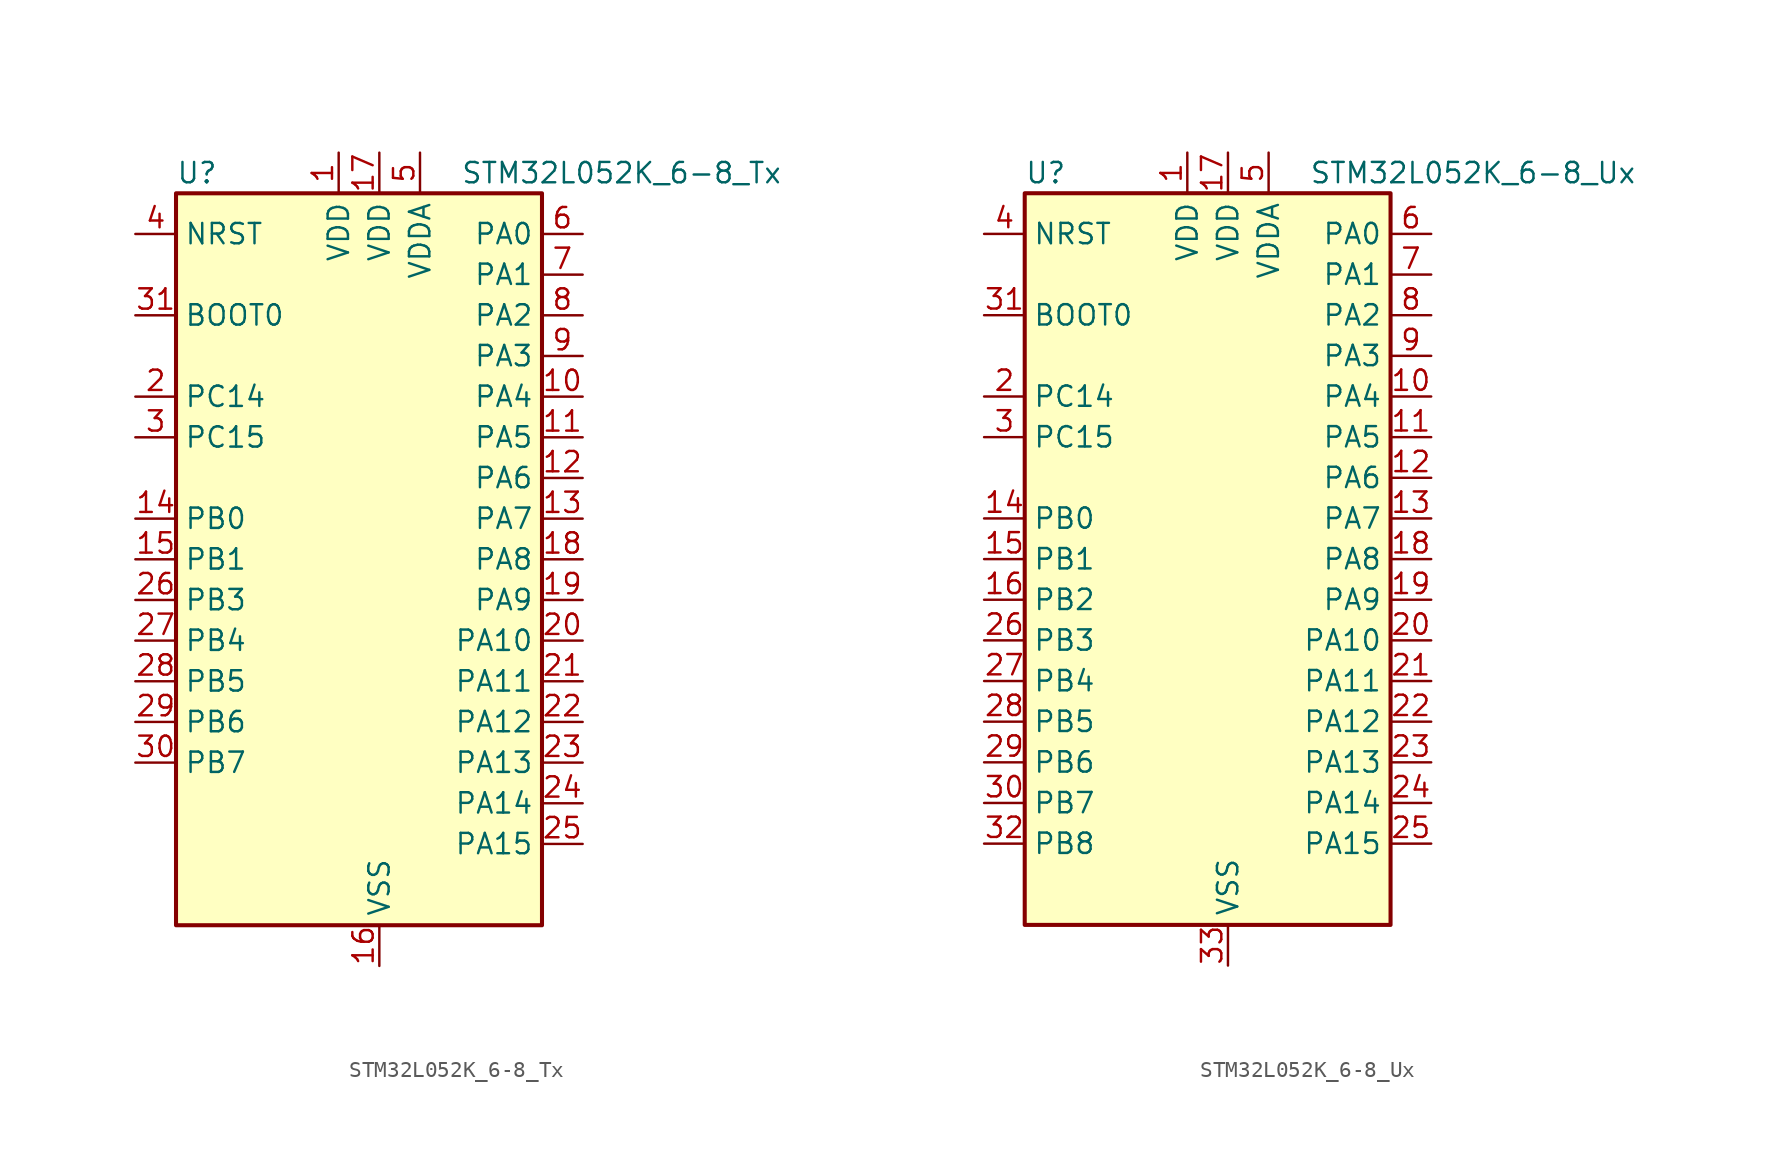
<source format=kicad_sym>
(kicad_symbol_lib
  (version 20220914)
  (generator kicad_symbol_editor)
  (symbol "STM32L052K_6-8_Tx"
    (property "Reference" "U"
      (at -10.16 24.13 0)
      (effects (font (size 1.27 1.27)) (justify left)))
    (property "Value" "STM32L052K_6-8_Tx"
      (at 7.62 24.13 0)
      (effects (font (size 1.27 1.27)) (justify left)))
    (property "ki_locked" ""
      (at 0 0 0)
      (effects (font (size 1.27 1.27))))
    (symbol "STM32L052K_6-8_Tx_0_1"
      (rectangle (start -10.16 -22.86) (end 12.7 22.86) (stroke (width 0.254) (type default)) (fill (type background))))
    (symbol "STM32L052K_6-8_Tx_1_1"
      (pin power_in line (at 0 25.4 270) (length 2.54) (name "VDD" (effects (font (size 1.27 1.27)))) (number "1" (effects (font (size 1.27 1.27)))))
      (pin bidirectional line (at 15.24 10.16 180) (length 2.54) (name "PA4" (effects (font (size 1.27 1.27)))) (number "10" (effects (font (size 1.27 1.27)))) (alternate "ADC_IN4" bidirectional line) (alternate "COMP1_INM" bidirectional line) (alternate "COMP2_INM" bidirectional line) (alternate "DAC_OUT1" bidirectional line) (alternate "SPI1_NSS" bidirectional line) (alternate "TIM22_ETR" bidirectional line) (alternate "TSC_G2_IO1" bidirectional line) (alternate "USART2_CK" bidirectional line))
      (pin bidirectional line (at 15.24 7.62 180) (length 2.54) (name "PA5" (effects (font (size 1.27 1.27)))) (number "11" (effects (font (size 1.27 1.27)))) (alternate "ADC_IN5" bidirectional line) (alternate "COMP1_INM" bidirectional line) (alternate "COMP2_INM" bidirectional line) (alternate "SPI1_SCK" bidirectional line) (alternate "TIM2_CH1" bidirectional line) (alternate "TIM2_ETR" bidirectional line) (alternate "TSC_G2_IO2" bidirectional line))
      (pin bidirectional line (at 15.24 5.08 180) (length 2.54) (name "PA6" (effects (font (size 1.27 1.27)))) (number "12" (effects (font (size 1.27 1.27)))) (alternate "ADC_IN6" bidirectional line) (alternate "COMP1_OUT" bidirectional line) (alternate "SPI1_MISO" bidirectional line) (alternate "TIM22_CH1" bidirectional line) (alternate "TSC_G2_IO3" bidirectional line))
      (pin bidirectional line (at 15.24 2.54 180) (length 2.54) (name "PA7" (effects (font (size 1.27 1.27)))) (number "13" (effects (font (size 1.27 1.27)))) (alternate "ADC_IN7" bidirectional line) (alternate "COMP2_OUT" bidirectional line) (alternate "SPI1_MOSI" bidirectional line) (alternate "TIM22_CH2" bidirectional line) (alternate "TSC_G2_IO4" bidirectional line))
      (pin bidirectional line (at -12.7 2.54 0) (length 2.54) (name "PB0" (effects (font (size 1.27 1.27)))) (number "14" (effects (font (size 1.27 1.27)))) (alternate "ADC_IN8" bidirectional line) (alternate "SYS_VREF_OUT_PB0" bidirectional line) (alternate "TSC_G3_IO2" bidirectional line))
      (pin bidirectional line (at -12.7 0 0) (length 2.54) (name "PB1" (effects (font (size 1.27 1.27)))) (number "15" (effects (font (size 1.27 1.27)))) (alternate "ADC_IN9" bidirectional line) (alternate "SYS_VREF_OUT_PB1" bidirectional line) (alternate "TSC_G3_IO3" bidirectional line))
      (pin power_in line (at 2.54 -25.4 90) (length 2.54) (name "VSS" (effects (font (size 1.27 1.27)))) (number "16" (effects (font (size 1.27 1.27)))))
      (pin power_in line (at 2.54 25.4 270) (length 2.54) (name "VDD" (effects (font (size 1.27 1.27)))) (number "17" (effects (font (size 1.27 1.27)))))
      (pin bidirectional line (at 15.24 0 180) (length 2.54) (name "PA8" (effects (font (size 1.27 1.27)))) (number "18" (effects (font (size 1.27 1.27)))) (alternate "CRS_SYNC" bidirectional line) (alternate "RCC_MCO" bidirectional line) (alternate "USART1_CK" bidirectional line))
      (pin bidirectional line (at 15.24 -2.54 180) (length 2.54) (name "PA9" (effects (font (size 1.27 1.27)))) (number "19" (effects (font (size 1.27 1.27)))) (alternate "DAC_EXTI9" bidirectional line) (alternate "RCC_MCO" bidirectional line) (alternate "TSC_G4_IO1" bidirectional line) (alternate "USART1_TX" bidirectional line))
      (pin bidirectional line (at -12.7 10.16 0) (length 2.54) (name "PC14" (effects (font (size 1.27 1.27)))) (number "2" (effects (font (size 1.27 1.27)))) (alternate "RCC_OSC32_IN" bidirectional line))
      (pin bidirectional line (at 15.24 -5.08 180) (length 2.54) (name "PA10" (effects (font (size 1.27 1.27)))) (number "20" (effects (font (size 1.27 1.27)))) (alternate "TSC_G4_IO2" bidirectional line) (alternate "USART1_RX" bidirectional line))
      (pin bidirectional line (at 15.24 -7.62 180) (length 2.54) (name "PA11" (effects (font (size 1.27 1.27)))) (number "21" (effects (font (size 1.27 1.27)))) (alternate "ADC_EXTI11" bidirectional line) (alternate "COMP1_OUT" bidirectional line) (alternate "SPI1_MISO" bidirectional line) (alternate "TSC_G4_IO3" bidirectional line) (alternate "USART1_CTS" bidirectional line) (alternate "USB_DM" bidirectional line))
      (pin bidirectional line (at 15.24 -10.16 180) (length 2.54) (name "PA12" (effects (font (size 1.27 1.27)))) (number "22" (effects (font (size 1.27 1.27)))) (alternate "COMP2_OUT" bidirectional line) (alternate "SPI1_MOSI" bidirectional line) (alternate "TSC_G4_IO4" bidirectional line) (alternate "USART1_DE" bidirectional line) (alternate "USART1_RTS" bidirectional line) (alternate "USB_DP" bidirectional line))
      (pin bidirectional line (at 15.24 -12.7 180) (length 2.54) (name "PA13" (effects (font (size 1.27 1.27)))) (number "23" (effects (font (size 1.27 1.27)))) (alternate "SYS_SWDIO" bidirectional line) (alternate "USB_NOE" bidirectional line))
      (pin bidirectional line (at 15.24 -15.24 180) (length 2.54) (name "PA14" (effects (font (size 1.27 1.27)))) (number "24" (effects (font (size 1.27 1.27)))) (alternate "SYS_SWCLK" bidirectional line) (alternate "USART2_TX" bidirectional line))
      (pin bidirectional line (at 15.24 -17.78 180) (length 2.54) (name "PA15" (effects (font (size 1.27 1.27)))) (number "25" (effects (font (size 1.27 1.27)))) (alternate "SPI1_NSS" bidirectional line) (alternate "TIM2_CH1" bidirectional line) (alternate "TIM2_ETR" bidirectional line) (alternate "USART2_RX" bidirectional line))
      (pin bidirectional line (at -12.7 -2.54 0) (length 2.54) (name "PB3" (effects (font (size 1.27 1.27)))) (number "26" (effects (font (size 1.27 1.27)))) (alternate "COMP2_INM" bidirectional line) (alternate "SPI1_SCK" bidirectional line) (alternate "TIM2_CH2" bidirectional line) (alternate "TSC_G5_IO1" bidirectional line))
      (pin bidirectional line (at -12.7 -5.08 0) (length 2.54) (name "PB4" (effects (font (size 1.27 1.27)))) (number "27" (effects (font (size 1.27 1.27)))) (alternate "COMP2_INP" bidirectional line) (alternate "SPI1_MISO" bidirectional line) (alternate "TIM22_CH1" bidirectional line) (alternate "TSC_G5_IO2" bidirectional line))
      (pin bidirectional line (at -12.7 -7.62 0) (length 2.54) (name "PB5" (effects (font (size 1.27 1.27)))) (number "28" (effects (font (size 1.27 1.27)))) (alternate "COMP2_INP" bidirectional line) (alternate "I2C1_SMBA" bidirectional line) (alternate "LPTIM1_IN1" bidirectional line) (alternate "SPI1_MOSI" bidirectional line) (alternate "TIM22_CH2" bidirectional line))
      (pin bidirectional line (at -12.7 -10.16 0) (length 2.54) (name "PB6" (effects (font (size 1.27 1.27)))) (number "29" (effects (font (size 1.27 1.27)))) (alternate "COMP2_INP" bidirectional line) (alternate "I2C1_SCL" bidirectional line) (alternate "LPTIM1_ETR" bidirectional line) (alternate "TSC_G5_IO3" bidirectional line) (alternate "USART1_TX" bidirectional line))
      (pin bidirectional line (at -12.7 7.62 0) (length 2.54) (name "PC15" (effects (font (size 1.27 1.27)))) (number "3" (effects (font (size 1.27 1.27)))) (alternate "RCC_OSC32_OUT" bidirectional line))
      (pin bidirectional line (at -12.7 -12.7 0) (length 2.54) (name "PB7" (effects (font (size 1.27 1.27)))) (number "30" (effects (font (size 1.27 1.27)))) (alternate "COMP2_INP" bidirectional line) (alternate "I2C1_SDA" bidirectional line) (alternate "LPTIM1_IN2" bidirectional line) (alternate "SYS_PVD_IN" bidirectional line) (alternate "TSC_G5_IO4" bidirectional line) (alternate "USART1_RX" bidirectional line))
      (pin input line (at -12.7 15.24 0) (length 2.54) (name "BOOT0" (effects (font (size 1.27 1.27)))) (number "31" (effects (font (size 1.27 1.27)))))
      (pin passive line (at 2.54 -25.4 90) (length 2.54) hide (name "VSS" (effects (font (size 1.27 1.27)))) (number "32" (effects (font (size 1.27 1.27)))))
      (pin input line (at -12.7 20.32 0) (length 2.54) (name "NRST" (effects (font (size 1.27 1.27)))) (number "4" (effects (font (size 1.27 1.27)))))
      (pin power_in line (at 5.08 25.4 270) (length 2.54) (name "VDDA" (effects (font (size 1.27 1.27)))) (number "5" (effects (font (size 1.27 1.27)))))
      (pin bidirectional line (at 15.24 20.32 180) (length 2.54) (name "PA0" (effects (font (size 1.27 1.27)))) (number "6" (effects (font (size 1.27 1.27)))) (alternate "ADC_IN0" bidirectional line) (alternate "COMP1_INM" bidirectional line) (alternate "COMP1_OUT" bidirectional line) (alternate "RTC_TAMP2" bidirectional line) (alternate "SYS_WKUP1" bidirectional line) (alternate "TIM2_CH1" bidirectional line) (alternate "TIM2_ETR" bidirectional line) (alternate "TSC_G1_IO1" bidirectional line) (alternate "USART2_CTS" bidirectional line))
      (pin bidirectional line (at 15.24 17.78 180) (length 2.54) (name "PA1" (effects (font (size 1.27 1.27)))) (number "7" (effects (font (size 1.27 1.27)))) (alternate "ADC_IN1" bidirectional line) (alternate "COMP1_INP" bidirectional line) (alternate "TIM21_ETR" bidirectional line) (alternate "TIM2_CH2" bidirectional line) (alternate "TSC_G1_IO2" bidirectional line) (alternate "USART2_DE" bidirectional line) (alternate "USART2_RTS" bidirectional line))
      (pin bidirectional line (at 15.24 15.24 180) (length 2.54) (name "PA2" (effects (font (size 1.27 1.27)))) (number "8" (effects (font (size 1.27 1.27)))) (alternate "ADC_IN2" bidirectional line) (alternate "COMP2_INM" bidirectional line) (alternate "COMP2_OUT" bidirectional line) (alternate "TIM21_CH1" bidirectional line) (alternate "TIM2_CH3" bidirectional line) (alternate "TSC_G1_IO3" bidirectional line) (alternate "USART2_TX" bidirectional line))
      (pin bidirectional line (at 15.24 12.7 180) (length 2.54) (name "PA3" (effects (font (size 1.27 1.27)))) (number "9" (effects (font (size 1.27 1.27)))) (alternate "ADC_IN3" bidirectional line) (alternate "COMP2_INP" bidirectional line) (alternate "TIM21_CH2" bidirectional line) (alternate "TIM2_CH4" bidirectional line) (alternate "TSC_G1_IO4" bidirectional line) (alternate "USART2_RX" bidirectional line))))
  (symbol "STM32L052K_6-8_Ux"
    (property "Reference" "U"
      (at -10.16 24.13 0)
      (effects (font (size 1.27 1.27)) (justify left)))
    (property "Value" "STM32L052K_6-8_Ux"
      (at 7.62 24.13 0)
      (effects (font (size 1.27 1.27)) (justify left)))
    (property "ki_locked" ""
      (at 0 0 0)
      (effects (font (size 1.27 1.27))))
    (symbol "STM32L052K_6-8_Ux_0_1"
      (rectangle (start -10.16 -22.86) (end 12.7 22.86) (stroke (width 0.254) (type default)) (fill (type background))))
    (symbol "STM32L052K_6-8_Ux_1_1"
      (pin power_in line (at 0 25.4 270) (length 2.54) (name "VDD" (effects (font (size 1.27 1.27)))) (number "1" (effects (font (size 1.27 1.27)))))
      (pin bidirectional line (at 15.24 10.16 180) (length 2.54) (name "PA4" (effects (font (size 1.27 1.27)))) (number "10" (effects (font (size 1.27 1.27)))) (alternate "ADC_IN4" bidirectional line) (alternate "COMP1_INM" bidirectional line) (alternate "COMP2_INM" bidirectional line) (alternate "DAC_OUT1" bidirectional line) (alternate "SPI1_NSS" bidirectional line) (alternate "TIM22_ETR" bidirectional line) (alternate "TSC_G2_IO1" bidirectional line) (alternate "USART2_CK" bidirectional line))
      (pin bidirectional line (at 15.24 7.62 180) (length 2.54) (name "PA5" (effects (font (size 1.27 1.27)))) (number "11" (effects (font (size 1.27 1.27)))) (alternate "ADC_IN5" bidirectional line) (alternate "COMP1_INM" bidirectional line) (alternate "COMP2_INM" bidirectional line) (alternate "SPI1_SCK" bidirectional line) (alternate "TIM2_CH1" bidirectional line) (alternate "TIM2_ETR" bidirectional line) (alternate "TSC_G2_IO2" bidirectional line))
      (pin bidirectional line (at 15.24 5.08 180) (length 2.54) (name "PA6" (effects (font (size 1.27 1.27)))) (number "12" (effects (font (size 1.27 1.27)))) (alternate "ADC_IN6" bidirectional line) (alternate "COMP1_OUT" bidirectional line) (alternate "SPI1_MISO" bidirectional line) (alternate "TIM22_CH1" bidirectional line) (alternate "TSC_G2_IO3" bidirectional line))
      (pin bidirectional line (at 15.24 2.54 180) (length 2.54) (name "PA7" (effects (font (size 1.27 1.27)))) (number "13" (effects (font (size 1.27 1.27)))) (alternate "ADC_IN7" bidirectional line) (alternate "COMP2_OUT" bidirectional line) (alternate "SPI1_MOSI" bidirectional line) (alternate "TIM22_CH2" bidirectional line) (alternate "TSC_G2_IO4" bidirectional line))
      (pin bidirectional line (at -12.7 2.54 0) (length 2.54) (name "PB0" (effects (font (size 1.27 1.27)))) (number "14" (effects (font (size 1.27 1.27)))) (alternate "ADC_IN8" bidirectional line) (alternate "SYS_VREF_OUT_PB0" bidirectional line) (alternate "TSC_G3_IO2" bidirectional line))
      (pin bidirectional line (at -12.7 0 0) (length 2.54) (name "PB1" (effects (font (size 1.27 1.27)))) (number "15" (effects (font (size 1.27 1.27)))) (alternate "ADC_IN9" bidirectional line) (alternate "SYS_VREF_OUT_PB1" bidirectional line) (alternate "TSC_G3_IO3" bidirectional line))
      (pin bidirectional line (at -12.7 -2.54 0) (length 2.54) (name "PB2" (effects (font (size 1.27 1.27)))) (number "16" (effects (font (size 1.27 1.27)))) (alternate "LPTIM1_OUT" bidirectional line) (alternate "TSC_G3_IO4" bidirectional line))
      (pin power_in line (at 2.54 25.4 270) (length 2.54) (name "VDD" (effects (font (size 1.27 1.27)))) (number "17" (effects (font (size 1.27 1.27)))))
      (pin bidirectional line (at 15.24 0 180) (length 2.54) (name "PA8" (effects (font (size 1.27 1.27)))) (number "18" (effects (font (size 1.27 1.27)))) (alternate "CRS_SYNC" bidirectional line) (alternate "RCC_MCO" bidirectional line) (alternate "USART1_CK" bidirectional line))
      (pin bidirectional line (at 15.24 -2.54 180) (length 2.54) (name "PA9" (effects (font (size 1.27 1.27)))) (number "19" (effects (font (size 1.27 1.27)))) (alternate "DAC_EXTI9" bidirectional line) (alternate "RCC_MCO" bidirectional line) (alternate "TSC_G4_IO1" bidirectional line) (alternate "USART1_TX" bidirectional line))
      (pin bidirectional line (at -12.7 10.16 0) (length 2.54) (name "PC14" (effects (font (size 1.27 1.27)))) (number "2" (effects (font (size 1.27 1.27)))) (alternate "RCC_OSC32_IN" bidirectional line))
      (pin bidirectional line (at 15.24 -5.08 180) (length 2.54) (name "PA10" (effects (font (size 1.27 1.27)))) (number "20" (effects (font (size 1.27 1.27)))) (alternate "TSC_G4_IO2" bidirectional line) (alternate "USART1_RX" bidirectional line))
      (pin bidirectional line (at 15.24 -7.62 180) (length 2.54) (name "PA11" (effects (font (size 1.27 1.27)))) (number "21" (effects (font (size 1.27 1.27)))) (alternate "ADC_EXTI11" bidirectional line) (alternate "COMP1_OUT" bidirectional line) (alternate "SPI1_MISO" bidirectional line) (alternate "TSC_G4_IO3" bidirectional line) (alternate "USART1_CTS" bidirectional line) (alternate "USB_DM" bidirectional line))
      (pin bidirectional line (at 15.24 -10.16 180) (length 2.54) (name "PA12" (effects (font (size 1.27 1.27)))) (number "22" (effects (font (size 1.27 1.27)))) (alternate "COMP2_OUT" bidirectional line) (alternate "SPI1_MOSI" bidirectional line) (alternate "TSC_G4_IO4" bidirectional line) (alternate "USART1_DE" bidirectional line) (alternate "USART1_RTS" bidirectional line) (alternate "USB_DP" bidirectional line))
      (pin bidirectional line (at 15.24 -12.7 180) (length 2.54) (name "PA13" (effects (font (size 1.27 1.27)))) (number "23" (effects (font (size 1.27 1.27)))) (alternate "SYS_SWDIO" bidirectional line) (alternate "USB_NOE" bidirectional line))
      (pin bidirectional line (at 15.24 -15.24 180) (length 2.54) (name "PA14" (effects (font (size 1.27 1.27)))) (number "24" (effects (font (size 1.27 1.27)))) (alternate "SYS_SWCLK" bidirectional line) (alternate "USART2_TX" bidirectional line))
      (pin bidirectional line (at 15.24 -17.78 180) (length 2.54) (name "PA15" (effects (font (size 1.27 1.27)))) (number "25" (effects (font (size 1.27 1.27)))) (alternate "SPI1_NSS" bidirectional line) (alternate "TIM2_CH1" bidirectional line) (alternate "TIM2_ETR" bidirectional line) (alternate "USART2_RX" bidirectional line))
      (pin bidirectional line (at -12.7 -5.08 0) (length 2.54) (name "PB3" (effects (font (size 1.27 1.27)))) (number "26" (effects (font (size 1.27 1.27)))) (alternate "COMP2_INM" bidirectional line) (alternate "SPI1_SCK" bidirectional line) (alternate "TIM2_CH2" bidirectional line) (alternate "TSC_G5_IO1" bidirectional line))
      (pin bidirectional line (at -12.7 -7.62 0) (length 2.54) (name "PB4" (effects (font (size 1.27 1.27)))) (number "27" (effects (font (size 1.27 1.27)))) (alternate "COMP2_INP" bidirectional line) (alternate "SPI1_MISO" bidirectional line) (alternate "TIM22_CH1" bidirectional line) (alternate "TSC_G5_IO2" bidirectional line))
      (pin bidirectional line (at -12.7 -10.16 0) (length 2.54) (name "PB5" (effects (font (size 1.27 1.27)))) (number "28" (effects (font (size 1.27 1.27)))) (alternate "COMP2_INP" bidirectional line) (alternate "I2C1_SMBA" bidirectional line) (alternate "LPTIM1_IN1" bidirectional line) (alternate "SPI1_MOSI" bidirectional line) (alternate "TIM22_CH2" bidirectional line))
      (pin bidirectional line (at -12.7 -12.7 0) (length 2.54) (name "PB6" (effects (font (size 1.27 1.27)))) (number "29" (effects (font (size 1.27 1.27)))) (alternate "COMP2_INP" bidirectional line) (alternate "I2C1_SCL" bidirectional line) (alternate "LPTIM1_ETR" bidirectional line) (alternate "TSC_G5_IO3" bidirectional line) (alternate "USART1_TX" bidirectional line))
      (pin bidirectional line (at -12.7 7.62 0) (length 2.54) (name "PC15" (effects (font (size 1.27 1.27)))) (number "3" (effects (font (size 1.27 1.27)))) (alternate "RCC_OSC32_OUT" bidirectional line))
      (pin bidirectional line (at -12.7 -15.24 0) (length 2.54) (name "PB7" (effects (font (size 1.27 1.27)))) (number "30" (effects (font (size 1.27 1.27)))) (alternate "COMP2_INP" bidirectional line) (alternate "I2C1_SDA" bidirectional line) (alternate "LPTIM1_IN2" bidirectional line) (alternate "SYS_PVD_IN" bidirectional line) (alternate "TSC_G5_IO4" bidirectional line) (alternate "USART1_RX" bidirectional line))
      (pin input line (at -12.7 15.24 0) (length 2.54) (name "BOOT0" (effects (font (size 1.27 1.27)))) (number "31" (effects (font (size 1.27 1.27)))))
      (pin bidirectional line (at -12.7 -17.78 0) (length 2.54) (name "PB8" (effects (font (size 1.27 1.27)))) (number "32" (effects (font (size 1.27 1.27)))) (alternate "I2C1_SCL" bidirectional line) (alternate "TSC_SYNC" bidirectional line))
      (pin power_in line (at 2.54 -25.4 90) (length 2.54) (name "VSS" (effects (font (size 1.27 1.27)))) (number "33" (effects (font (size 1.27 1.27)))))
      (pin input line (at -12.7 20.32 0) (length 2.54) (name "NRST" (effects (font (size 1.27 1.27)))) (number "4" (effects (font (size 1.27 1.27)))))
      (pin power_in line (at 5.08 25.4 270) (length 2.54) (name "VDDA" (effects (font (size 1.27 1.27)))) (number "5" (effects (font (size 1.27 1.27)))))
      (pin bidirectional line (at 15.24 20.32 180) (length 2.54) (name "PA0" (effects (font (size 1.27 1.27)))) (number "6" (effects (font (size 1.27 1.27)))) (alternate "ADC_IN0" bidirectional line) (alternate "COMP1_INM" bidirectional line) (alternate "COMP1_OUT" bidirectional line) (alternate "RTC_TAMP2" bidirectional line) (alternate "SYS_WKUP1" bidirectional line) (alternate "TIM2_CH1" bidirectional line) (alternate "TIM2_ETR" bidirectional line) (alternate "TSC_G1_IO1" bidirectional line) (alternate "USART2_CTS" bidirectional line))
      (pin bidirectional line (at 15.24 17.78 180) (length 2.54) (name "PA1" (effects (font (size 1.27 1.27)))) (number "7" (effects (font (size 1.27 1.27)))) (alternate "ADC_IN1" bidirectional line) (alternate "COMP1_INP" bidirectional line) (alternate "TIM21_ETR" bidirectional line) (alternate "TIM2_CH2" bidirectional line) (alternate "TSC_G1_IO2" bidirectional line) (alternate "USART2_DE" bidirectional line) (alternate "USART2_RTS" bidirectional line))
      (pin bidirectional line (at 15.24 15.24 180) (length 2.54) (name "PA2" (effects (font (size 1.27 1.27)))) (number "8" (effects (font (size 1.27 1.27)))) (alternate "ADC_IN2" bidirectional line) (alternate "COMP2_INM" bidirectional line) (alternate "COMP2_OUT" bidirectional line) (alternate "TIM21_CH1" bidirectional line) (alternate "TIM2_CH3" bidirectional line) (alternate "TSC_G1_IO3" bidirectional line) (alternate "USART2_TX" bidirectional line))
      (pin bidirectional line (at 15.24 12.7 180) (length 2.54) (name "PA3" (effects (font (size 1.27 1.27)))) (number "9" (effects (font (size 1.27 1.27)))) (alternate "ADC_IN3" bidirectional line) (alternate "COMP2_INP" bidirectional line) (alternate "TIM21_CH2" bidirectional line) (alternate "TIM2_CH4" bidirectional line) (alternate "TSC_G1_IO4" bidirectional line) (alternate "USART2_RX" bidirectional line)))))
</source>
